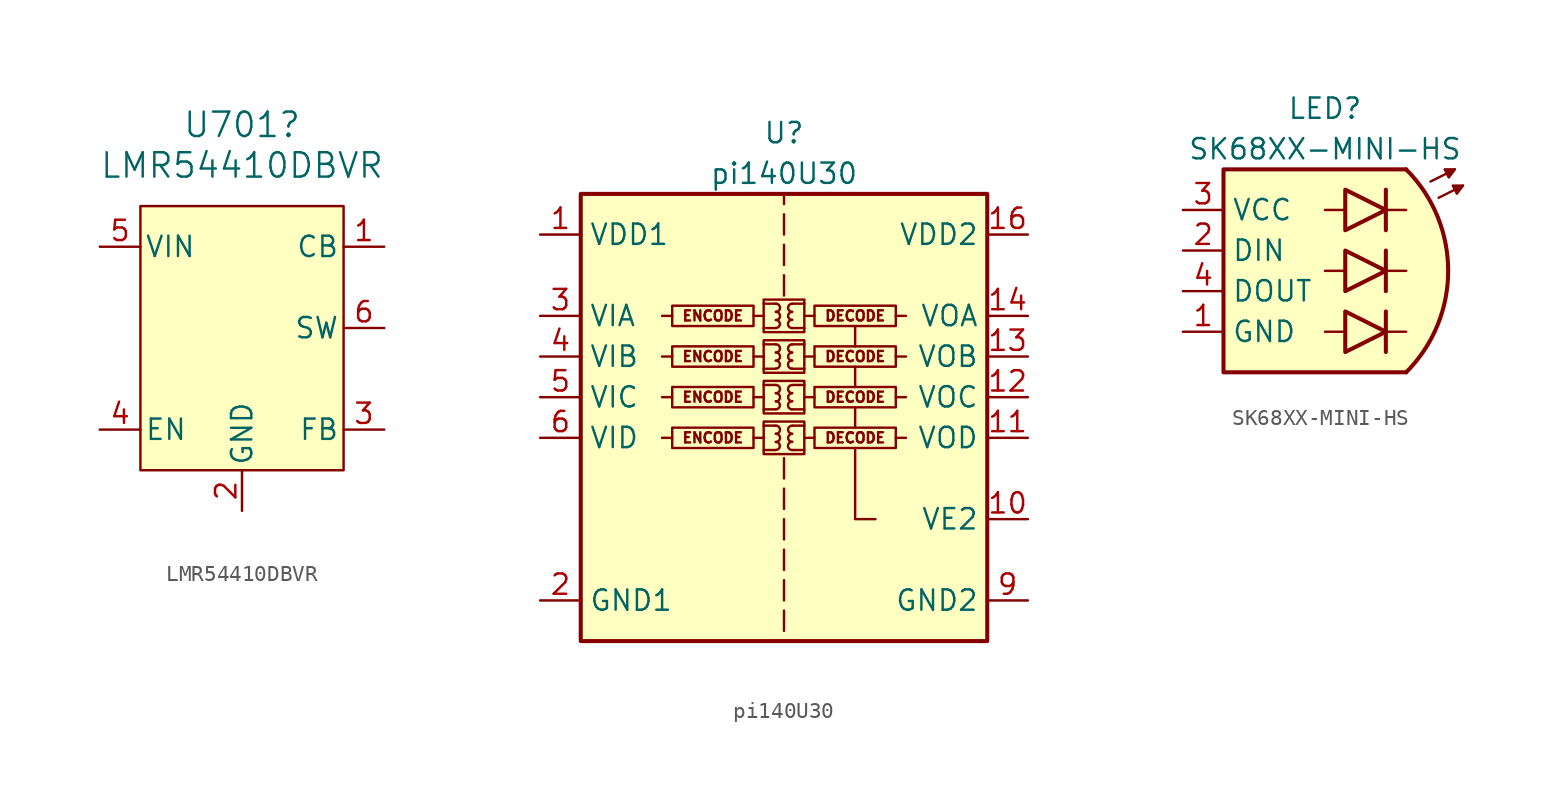
<source format=kicad_sym>
(kicad_symbol_lib
  (version 20231120)
  (generator "kicad_symbol_editor")
  (generator_version "8.0")
  (symbol "LMR54410DBVR"
    (pin_names
      (offset 0.254))
    (property "Reference" "U701"
      (at 0 12.7 0)
      (effects (font (size 1.524 1.524))))
    (property "Value" "LMR54410DBVR"
      (at 0 10.16 0)
      (effects (font (size 1.524 1.524))))
    (property "ki_locked" ""
      (at 0 0 0)
      (effects (font (size 1.27 1.27))))
    (symbol "LMR54410DBVR_1_1"
      (rectangle (start -6.35 7.62) (end 6.35 -8.89) (stroke (width 0) (type default)) (fill (type background)))
      (pin input line (at 8.89 5.08 180) (length 2.54) (name "CB" (effects (font (size 1.27 1.27)))) (number "1" (effects (font (size 1.27 1.27)))))
      (pin power_in line (at 0 -11.43 90) (length 2.54) (name "GND" (effects (font (size 1.27 1.27)))) (number "2" (effects (font (size 1.27 1.27)))))
      (pin input line (at 8.89 -6.35 180) (length 2.54) (name "FB" (effects (font (size 1.27 1.27)))) (number "3" (effects (font (size 1.27 1.27)))))
      (pin input line (at -8.89 -6.35 0) (length 2.54) (name "EN" (effects (font (size 1.27 1.27)))) (number "4" (effects (font (size 1.27 1.27)))))
      (pin power_in line (at -8.89 5.08 0) (length 2.54) (name "VIN" (effects (font (size 1.27 1.27)))) (number "5" (effects (font (size 1.27 1.27)))))
      (pin power_out line (at 8.89 0 180) (length 2.54) (name "SW" (effects (font (size 1.27 1.27)))) (number "6" (effects (font (size 1.27 1.27)))))))
  (symbol "pi140U30"
    (property "Reference" "U"
      (at 0 19.05 0)
      (effects (font (size 1.27 1.27))))
    (property "Value" "pi140U30"
      (at 0 16.51 0)
      (effects (font (size 1.27 1.27))))
    (symbol "pi140U30_0_0"
      (rectangle (start -1.905 0.635) (end -6.985 -0.635) (stroke (width 0) (type default)) (fill (type none)))
      (rectangle (start -1.27 1.016) (end 1.27 -1.016) (stroke (width 0) (type default)) (fill (type none)))
      (rectangle (start -1.27 3.556) (end 1.27 1.524) (stroke (width 0) (type default)) (fill (type none)))
      (rectangle (start -1.27 6.096) (end 1.27 4.064) (stroke (width 0) (type default)) (fill (type none)))
      (rectangle (start -1.27 8.636) (end 1.27 6.604) (stroke (width 0) (type default)) (fill (type none)))
      (arc (start -0.508 -0.762) (mid -0.2551 -0.508) (end -0.508 -0.254) (stroke (width 0) (type default)) (fill (type none)))
      (arc (start -0.508 -0.254) (mid -0.2551 0) (end -0.508 0.254) (stroke (width 0) (type default)) (fill (type none)))
      (arc (start -0.508 0.254) (mid -0.2551 0.508) (end -0.508 0.762) (stroke (width 0) (type default)) (fill (type none)))
      (arc (start -0.508 1.778) (mid -0.2551 2.032) (end -0.508 2.286) (stroke (width 0) (type default)) (fill (type none)))
      (arc (start -0.508 2.286) (mid -0.2551 2.54) (end -0.508 2.794) (stroke (width 0) (type default)) (fill (type none)))
      (arc (start -0.508 2.794) (mid -0.2551 3.048) (end -0.508 3.302) (stroke (width 0) (type default)) (fill (type none)))
      (arc (start -0.508 4.318) (mid -0.2551 4.572) (end -0.508 4.826) (stroke (width 0) (type default)) (fill (type none)))
      (arc (start -0.508 4.826) (mid -0.2551 5.08) (end -0.508 5.334) (stroke (width 0) (type default)) (fill (type none)))
      (arc (start -0.508 5.334) (mid -0.2551 5.588) (end -0.508 5.842) (stroke (width 0) (type default)) (fill (type none)))
      (arc (start -0.508 6.858) (mid -0.2551 7.112) (end -0.508 7.366) (stroke (width 0) (type default)) (fill (type none)))
      (arc (start -0.508 7.366) (mid -0.2551 7.62) (end -0.508 7.874) (stroke (width 0) (type default)) (fill (type none)))
      (arc (start -0.508 7.874) (mid -0.2551 8.128) (end -0.508 8.382) (stroke (width 0) (type default)) (fill (type none)))
      (polyline (pts (xy -6.985 0) (xy -7.62 0)) (stroke (width 0) (type default)) (fill (type none)))
      (polyline (pts (xy -6.985 2.54) (xy -7.62 2.54)) (stroke (width 0) (type default)) (fill (type none)))
      (polyline (pts (xy -6.985 5.08) (xy -7.62 5.08)) (stroke (width 0) (type default)) (fill (type none)))
      (polyline (pts (xy -6.985 7.62) (xy -7.62 7.62)) (stroke (width 0) (type default)) (fill (type none)))
      (polyline (pts (xy -1.905 0) (xy -1.27 0)) (stroke (width 0) (type default)) (fill (type none)))
      (polyline (pts (xy -1.905 2.54) (xy -1.27 2.54)) (stroke (width 0) (type default)) (fill (type none)))
      (polyline (pts (xy -1.905 5.08) (xy -1.27 5.08)) (stroke (width 0) (type default)) (fill (type none)))
      (polyline (pts (xy -1.905 7.62) (xy -1.27 7.62)) (stroke (width 0) (type default)) (fill (type none)))
      (polyline (pts (xy -1.27 -0.762) (xy -0.508 -0.762)) (stroke (width 0) (type default)) (fill (type none)))
      (polyline (pts (xy -1.27 0.762) (xy -0.508 0.762)) (stroke (width 0) (type default)) (fill (type none)))
      (polyline (pts (xy -1.27 1.778) (xy -0.508 1.778)) (stroke (width 0) (type default)) (fill (type none)))
      (polyline (pts (xy -1.27 3.302) (xy -0.508 3.302)) (stroke (width 0) (type default)) (fill (type none)))
      (polyline (pts (xy -1.27 4.318) (xy -0.508 4.318)) (stroke (width 0) (type default)) (fill (type none)))
      (polyline (pts (xy -1.27 5.842) (xy -0.508 5.842)) (stroke (width 0) (type default)) (fill (type none)))
      (polyline (pts (xy -1.27 6.858) (xy -0.508 6.858)) (stroke (width 0) (type default)) (fill (type none)))
      (polyline (pts (xy -1.27 8.382) (xy -0.508 8.382)) (stroke (width 0) (type default)) (fill (type none)))
      (polyline (pts (xy 0 -10.795) (xy 0 -12.065)) (stroke (width 0) (type default)) (fill (type none)))
      (polyline (pts (xy 0 -8.89) (xy 0 -10.16)) (stroke (width 0) (type default)) (fill (type none)))
      (polyline (pts (xy 0 -6.985) (xy 0 -8.255)) (stroke (width 0) (type default)) (fill (type none)))
      (polyline (pts (xy 0 -5.08) (xy 0 -6.35)) (stroke (width 0) (type default)) (fill (type none)))
      (polyline (pts (xy 0 -3.175) (xy 0 -4.445)) (stroke (width 0) (type default)) (fill (type none)))
      (polyline (pts (xy 0 -1.27) (xy 0 -2.54)) (stroke (width 0) (type default)) (fill (type none)))
      (polyline (pts (xy 0 8.89) (xy 0 10.16)) (stroke (width 0) (type default)) (fill (type none)))
      (polyline (pts (xy 0 10.795) (xy 0 12.065)) (stroke (width 0) (type default)) (fill (type none)))
      (polyline (pts (xy 0 12.7) (xy 0 13.97)) (stroke (width 0) (type default)) (fill (type none)))
      (polyline (pts (xy 0 15.24) (xy 0 14.605)) (stroke (width 0) (type default)) (fill (type none)))
      (polyline (pts (xy 1.27 -0.762) (xy 0.508 -0.762)) (stroke (width 0) (type default)) (fill (type none)))
      (polyline (pts (xy 1.27 0.762) (xy 0.508 0.762)) (stroke (width 0) (type default)) (fill (type none)))
      (polyline (pts (xy 1.27 1.778) (xy 0.508 1.778)) (stroke (width 0) (type default)) (fill (type none)))
      (polyline (pts (xy 1.27 3.302) (xy 0.508 3.302)) (stroke (width 0) (type default)) (fill (type none)))
      (polyline (pts (xy 1.27 4.318) (xy 0.508 4.318)) (stroke (width 0) (type default)) (fill (type none)))
      (polyline (pts (xy 1.27 5.842) (xy 0.508 5.842)) (stroke (width 0) (type default)) (fill (type none)))
      (polyline (pts (xy 1.27 6.858) (xy 0.508 6.858)) (stroke (width 0) (type default)) (fill (type none)))
      (polyline (pts (xy 1.27 8.382) (xy 0.508 8.382)) (stroke (width 0) (type default)) (fill (type none)))
      (polyline (pts (xy 1.905 0) (xy 1.27 0)) (stroke (width 0) (type default)) (fill (type none)))
      (polyline (pts (xy 1.905 2.54) (xy 1.27 2.54)) (stroke (width 0) (type default)) (fill (type none)))
      (polyline (pts (xy 1.905 5.08) (xy 1.27 5.08)) (stroke (width 0) (type default)) (fill (type none)))
      (polyline (pts (xy 1.905 7.62) (xy 1.27 7.62)) (stroke (width 0) (type default)) (fill (type none)))
      (polyline (pts (xy 4.445 0.635) (xy 4.445 1.905)) (stroke (width 0) (type default)) (fill (type none)))
      (polyline (pts (xy 4.445 3.175) (xy 4.445 4.445)) (stroke (width 0) (type default)) (fill (type none)))
      (polyline (pts (xy 4.445 5.715) (xy 4.445 6.985)) (stroke (width 0) (type default)) (fill (type none)))
      (polyline (pts (xy 6.985 0) (xy 7.62 0)) (stroke (width 0) (type default)) (fill (type none)))
      (polyline (pts (xy 6.985 2.54) (xy 7.62 2.54)) (stroke (width 0) (type default)) (fill (type none)))
      (polyline (pts (xy 6.985 5.08) (xy 7.62 5.08)) (stroke (width 0) (type default)) (fill (type none)))
      (polyline (pts (xy 6.985 7.62) (xy 7.62 7.62)) (stroke (width 0) (type default)) (fill (type none)))
      (polyline (pts (xy 5.715 -5.08) (xy 4.445 -5.08) (xy 4.445 -0.635)) (stroke (width 0) (type default)) (fill (type none)))
      (arc (start 0.508 -0.254) (mid 0.2551 -0.508) (end 0.508 -0.762) (stroke (width 0) (type default)) (fill (type none)))
      (arc (start 0.508 0.254) (mid 0.2551 0) (end 0.508 -0.254) (stroke (width 0) (type default)) (fill (type none)))
      (arc (start 0.508 0.762) (mid 0.2551 0.508) (end 0.508 0.254) (stroke (width 0) (type default)) (fill (type none)))
      (arc (start 0.508 2.286) (mid 0.2551 2.032) (end 0.508 1.778) (stroke (width 0) (type default)) (fill (type none)))
      (arc (start 0.508 2.794) (mid 0.2551 2.54) (end 0.508 2.286) (stroke (width 0) (type default)) (fill (type none)))
      (arc (start 0.508 3.302) (mid 0.2551 3.048) (end 0.508 2.794) (stroke (width 0) (type default)) (fill (type none)))
      (arc (start 0.508 4.826) (mid 0.2551 4.572) (end 0.508 4.318) (stroke (width 0) (type default)) (fill (type none)))
      (arc (start 0.508 5.334) (mid 0.2551 5.08) (end 0.508 4.826) (stroke (width 0) (type default)) (fill (type none)))
      (arc (start 0.508 5.842) (mid 0.2551 5.588) (end 0.508 5.334) (stroke (width 0) (type default)) (fill (type none)))
      (arc (start 0.508 7.366) (mid 0.2551 7.112) (end 0.508 6.858) (stroke (width 0) (type default)) (fill (type none)))
      (arc (start 0.508 7.874) (mid 0.2551 7.62) (end 0.508 7.366) (stroke (width 0) (type default)) (fill (type none)))
      (arc (start 0.508 8.382) (mid 0.2551 8.128) (end 0.508 7.874) (stroke (width 0) (type default)) (fill (type none)))
      (rectangle (start 1.905 0.635) (end 6.985 -0.635) (stroke (width 0) (type default)) (fill (type none)))
      (rectangle (start 1.905 3.175) (end 6.985 1.905) (stroke (width 0) (type default)) (fill (type none)))
      (rectangle (start 1.905 5.715) (end 6.985 4.445) (stroke (width 0) (type default)) (fill (type none)))
      (rectangle (start 1.905 8.255) (end 6.985 6.985) (stroke (width 0) (type default)) (fill (type none)))
      (text "DECODE" (at 4.445 0 0) (effects (font (size 0.635 0.635))))
      (text "DECODE" (at 4.445 2.54 0) (effects (font (size 0.635 0.635))))
      (text "DECODE" (at 4.445 5.08 0) (effects (font (size 0.635 0.635))))
      (text "DECODE" (at 4.445 7.62 0) (effects (font (size 0.635 0.635))))
      (text "ENCODE" (at -4.445 0 0) (effects (font (size 0.635 0.635))))
      (text "ENCODE" (at -4.445 2.54 0) (effects (font (size 0.635 0.635))))
      (text "ENCODE" (at -4.445 5.08 0) (effects (font (size 0.635 0.635))))
      (text "ENCODE" (at -4.445 7.62 0) (effects (font (size 0.635 0.635)))))
    (symbol "pi140U30_0_1"
      (rectangle (start -12.7 15.24) (end 12.7 -12.7) (stroke (width 0.254) (type default)) (fill (type background)))
      (rectangle (start -1.905 3.175) (end -6.985 1.905) (stroke (width 0) (type default)) (fill (type none)))
      (rectangle (start -1.905 5.715) (end -6.985 4.445) (stroke (width 0) (type default)) (fill (type none)))
      (rectangle (start -1.905 8.255) (end -6.985 6.985) (stroke (width 0) (type default)) (fill (type none))))
    (symbol "pi140U30_1_1"
      (pin power_in line (at -15.24 12.7 0) (length 2.54) (name "VDD1" (effects (font (size 1.27 1.27)))) (number "1" (effects (font (size 1.27 1.27)))))
      (pin input line (at 15.24 -5.08 180) (length 2.54) (name "VE2" (effects (font (size 1.27 1.27)))) (number "10" (effects (font (size 1.27 1.27)))))
      (pin output line (at 15.24 0 180) (length 2.54) (name "VOD" (effects (font (size 1.27 1.27)))) (number "11" (effects (font (size 1.27 1.27)))))
      (pin output line (at 15.24 2.54 180) (length 2.54) (name "VOC" (effects (font (size 1.27 1.27)))) (number "12" (effects (font (size 1.27 1.27)))))
      (pin output line (at 15.24 5.08 180) (length 2.54) (name "VOB" (effects (font (size 1.27 1.27)))) (number "13" (effects (font (size 1.27 1.27)))))
      (pin output line (at 15.24 7.62 180) (length 2.54) (name "VOA" (effects (font (size 1.27 1.27)))) (number "14" (effects (font (size 1.27 1.27)))))
      (pin passive line (at 15.24 -10.16 180) (length 2.54) hide (name "GND2" (effects (font (size 1.27 1.27)))) (number "15" (effects (font (size 1.27 1.27)))))
      (pin power_in line (at 15.24 12.7 180) (length 2.54) (name "VDD2" (effects (font (size 1.27 1.27)))) (number "16" (effects (font (size 1.27 1.27)))))
      (pin power_in line (at -15.24 -10.16 0) (length 2.54) (name "GND1" (effects (font (size 1.27 1.27)))) (number "2" (effects (font (size 1.27 1.27)))))
      (pin input line (at -15.24 7.62 0) (length 2.54) (name "VIA" (effects (font (size 1.27 1.27)))) (number "3" (effects (font (size 1.27 1.27)))))
      (pin input line (at -15.24 5.08 0) (length 2.54) (name "VIB" (effects (font (size 1.27 1.27)))) (number "4" (effects (font (size 1.27 1.27)))))
      (pin input line (at -15.24 2.54 0) (length 2.54) (name "VIC" (effects (font (size 1.27 1.27)))) (number "5" (effects (font (size 1.27 1.27)))))
      (pin input line (at -15.24 0 0) (length 2.54) (name "VID" (effects (font (size 1.27 1.27)))) (number "6" (effects (font (size 1.27 1.27)))))
      (pin no_connect line (at -12.7 -5.08 0) (length 2.54) hide (name "NC" (effects (font (size 1.27 1.27)))) (number "7" (effects (font (size 1.27 1.27)))))
      (pin passive line (at -15.24 -10.16 0) (length 2.54) hide (name "GND1" (effects (font (size 1.27 1.27)))) (number "8" (effects (font (size 1.27 1.27)))))
      (pin power_in line (at 15.24 -10.16 180) (length 2.54) (name "GND2" (effects (font (size 1.27 1.27)))) (number "9" (effects (font (size 1.27 1.27)))))))
  (symbol "SK68XX-MINI-HS"
    (property "Reference" "LED"
      (at 0 10.16 0)
      (effects (font (size 1.27 1.27))))
    (property "Value" "SK68XX-MINI-HS"
      (at 0 7.62 0)
      (effects (font (size 1.27 1.27))))
    (symbol "SK68XX-MINI-HS_0_1"
      (polyline (pts (xy 0 -3.81) (xy 1.27 -3.81)) (stroke (width 0) (type default)) (fill (type none)))
      (polyline (pts (xy 0 0) (xy 1.27 0)) (stroke (width 0) (type default)) (fill (type none)))
      (polyline (pts (xy 0 3.81) (xy 1.27 3.81)) (stroke (width 0) (type default)) (fill (type none)))
      (polyline (pts (xy 3.81 -3.81) (xy 5.08 -3.81)) (stroke (width 0) (type default)) (fill (type none)))
      (polyline (pts (xy 3.81 0) (xy 5.08 0)) (stroke (width 0) (type default)) (fill (type none)))
      (polyline (pts (xy 3.81 3.81) (xy 5.08 3.81)) (stroke (width 0) (type default)) (fill (type none)))
      (polyline (pts (xy 6.604 5.588) (xy 8.128 6.35)) (stroke (width 0.152) (type default)) (fill (type outline)))
      (polyline (pts (xy 7.112 4.572) (xy 8.636 5.334)) (stroke (width 0.152) (type default)) (fill (type color) (color 0 0 0 0)))
      (polyline (pts (xy 1.27 -2.54) (xy 1.27 -5.08) (xy 3.81 -3.81) (xy 1.27 -2.54)) (stroke (width 0.254) (type default)) (fill (type color) (color 30 200 30 1)))
      (polyline (pts (xy 1.27 1.27) (xy 1.27 -1.27) (xy 3.81 0) (xy 1.27 1.27)) (stroke (width 0.254) (type default)) (fill (type color) (color 240 30 30 1)))
      (polyline (pts (xy 1.27 5.08) (xy 1.27 2.54) (xy 3.81 3.81) (xy 1.27 5.08)) (stroke (width 0.254) (type default)) (fill (type color) (color 70 70 200 1)))
      (polyline (pts (xy 7.493 6.35) (xy 7.747 5.842) (xy 8.128 6.35) (xy 7.493 6.35)) (stroke (width 0.152) (type default)) (fill (type outline)))
      (polyline (pts (xy 8.001 5.334) (xy 8.255 4.826) (xy 8.636 5.334) (xy 8.001 5.334)) (stroke (width 0) (type solid)) (fill (type outline))))
    (symbol "SK68XX-MINI-HS_1_1"
      (polyline (pts (xy 3.81 -5.08) (xy 3.81 -2.54)) (stroke (width 0.254) (type default)) (fill (type none)))
      (polyline (pts (xy 3.81 -1.27) (xy 3.81 1.27)) (stroke (width 0.254) (type default)) (fill (type none)))
      (polyline (pts (xy 3.81 2.54) (xy 3.81 5.08)) (stroke (width 0.254) (type default)) (fill (type none)))
      (polyline (pts (xy 5.08 -6.35) (xy -6.35 -6.35) (xy -6.35 6.35) (xy 5.08 6.35)) (stroke (width 0.254) (type default)) (fill (type background)))
      (arc (start 5.08 -6.35) (mid 7.7103 0) (end 5.08 6.35) (stroke (width 0.254) (type default)) (fill (type background)))
      (pin power_in line (at -8.89 -3.81 0) (length 2.54) (name "GND" (effects (font (size 1.27 1.27)))) (number "1" (effects (font (size 1.27 1.27)))))
      (pin input line (at -8.89 1.27 0) (length 2.54) (name "DIN" (effects (font (size 1.27 1.27)))) (number "2" (effects (font (size 1.27 1.27)))))
      (pin power_in line (at -8.89 3.81 0) (length 2.54) (name "VCC" (effects (font (size 1.27 1.27)))) (number "3" (effects (font (size 1.27 1.27)))))
      (pin output line (at -8.89 -1.27 0) (length 2.54) (name "DOUT" (effects (font (size 1.27 1.27)))) (number "4" (effects (font (size 1.27 1.27))))))))
</source>
